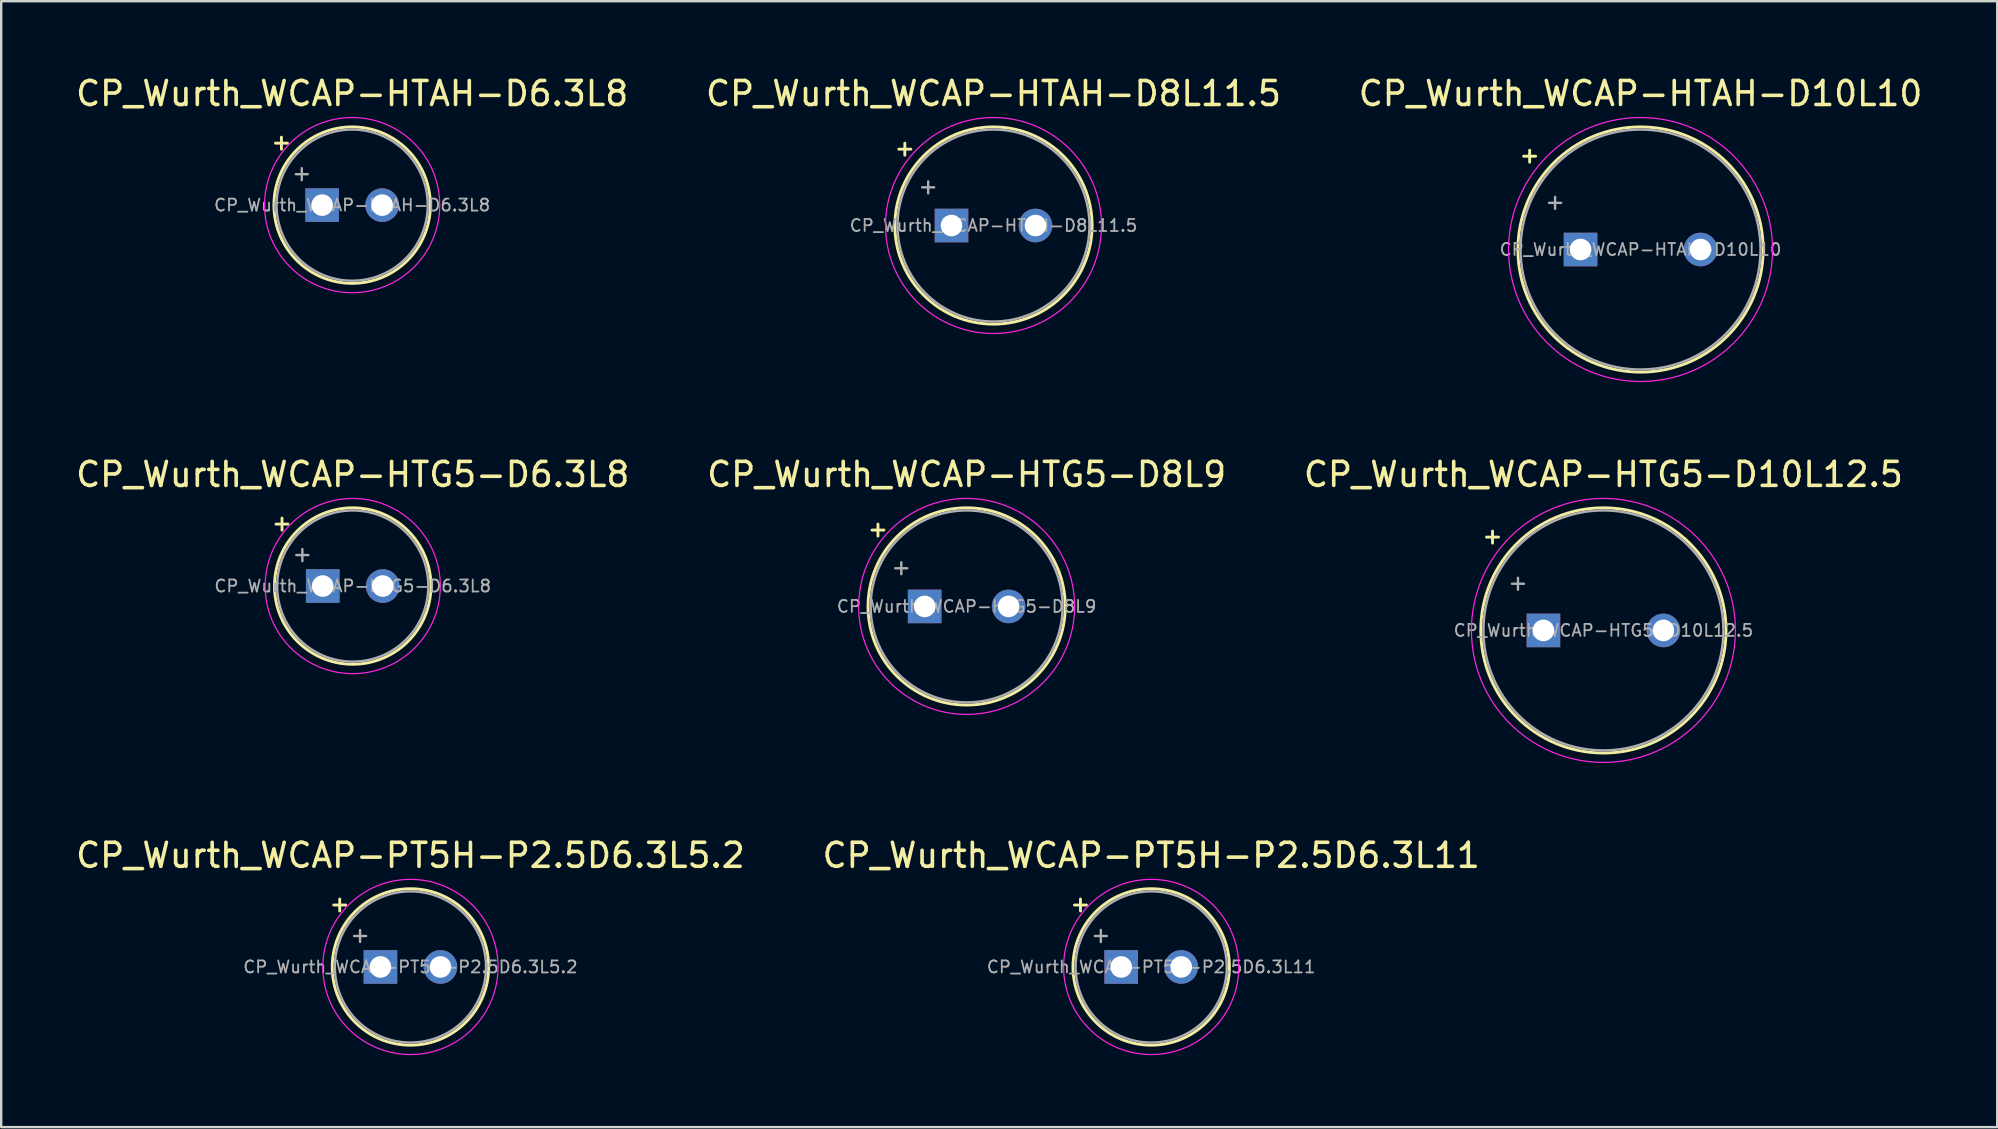
<source format=kicad_pcb>
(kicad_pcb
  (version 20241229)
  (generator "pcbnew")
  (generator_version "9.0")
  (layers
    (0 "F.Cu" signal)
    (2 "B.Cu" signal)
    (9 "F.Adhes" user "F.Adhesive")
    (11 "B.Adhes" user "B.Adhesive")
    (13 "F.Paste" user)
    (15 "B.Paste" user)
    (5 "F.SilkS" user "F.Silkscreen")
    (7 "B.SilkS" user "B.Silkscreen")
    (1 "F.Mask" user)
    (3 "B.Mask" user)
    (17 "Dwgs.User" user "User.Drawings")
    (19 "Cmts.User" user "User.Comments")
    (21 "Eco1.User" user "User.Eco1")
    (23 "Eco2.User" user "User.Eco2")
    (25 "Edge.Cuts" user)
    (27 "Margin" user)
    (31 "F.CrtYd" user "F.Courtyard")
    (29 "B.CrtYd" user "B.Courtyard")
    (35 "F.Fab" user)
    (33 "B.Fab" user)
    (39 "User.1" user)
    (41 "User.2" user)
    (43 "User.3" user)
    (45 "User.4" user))
  (footprint "CP_Wurth_WCAP-HTG5-D6.3L8"
    (layer "F.Cu")
    (at 10.399 21.372)
    (property "Reference" "CP_Wurth_WCAP-HTG5-D6.3L8" (at 1.25 -4.65 0) (unlocked yes) (layer "F.SilkS") (effects (font (size 1 1) (thickness 0.15))))
    (attr through_hole)
    (fp_line (start -1.947 -2.581) (end -1.447 -2.581) (stroke (width 0.12) (type solid)) (layer "F.SilkS"))
    (fp_line (start -1.697 -2.331) (end -1.697 -2.831) (stroke (width 0.12) (type solid)) (layer "F.SilkS"))
    (fp_circle (center 1.25 0) (end 4.51 0) (stroke (width 0.12) (type solid)) (fill no) (layer "F.SilkS"))
    (fp_circle (center 1.25 0) (end 4.9 0) (stroke (width 0.05) (type solid)) (fill no) (layer "F.CrtYd"))
    (fp_line (start -1.099 -1.29) (end -0.599 -1.29) (stroke (width 0.1) (type default)) (layer "F.Fab"))
    (fp_line (start -0.849 -1.04) (end -0.849 -1.54) (stroke (width 0.1) (type default)) (layer "F.Fab"))
    (fp_circle (center 1.25 0) (end 4.4 0) (stroke (width 0.1) (type solid)) (fill no) (layer "F.Fab"))
    (fp_text user "${REFERENCE}" (at 1.25 0 0) (unlocked yes) (layer "F.Fab") (effects (font (size 0.5 0.5) (thickness 0.075))))
    (pad "1" thru_hole rect (at 0 0) (size 1.4 1.4) (drill 0.9) (layers "*.Cu" "*.Mask"))
    (pad "2" thru_hole circle (at 2.5 0) (size 1.4 1.4) (drill 0.9) (layers "*.Cu" "*.Mask")))
  (footprint "CP_Wurth_WCAP-HTAH-D6.3L8"
    (layer "F.Cu")
    (at 10.375 5.498)
    (property "Reference" "CP_Wurth_WCAP-HTAH-D6.3L8" (at 1.25 -4.65 0) (unlocked yes) (layer "F.SilkS") (effects (font (size 1 1) (thickness 0.15))))
    (attr through_hole)
    (fp_line (start -1.947 -2.581) (end -1.447 -2.581) (stroke (width 0.12) (type solid)) (layer "F.SilkS"))
    (fp_line (start -1.697 -2.331) (end -1.697 -2.831) (stroke (width 0.12) (type solid)) (layer "F.SilkS"))
    (fp_circle (center 1.25 0) (end 4.51 0) (stroke (width 0.12) (type solid)) (fill no) (layer "F.SilkS"))
    (fp_circle (center 1.25 0) (end 4.9 0) (stroke (width 0.05) (type solid)) (fill no) (layer "F.CrtYd"))
    (fp_line (start -1.099 -1.29) (end -0.599 -1.29) (stroke (width 0.1) (type default)) (layer "F.Fab"))
    (fp_line (start -0.849 -1.04) (end -0.849 -1.54) (stroke (width 0.1) (type default)) (layer "F.Fab"))
    (fp_circle (center 1.25 0) (end 4.4 0) (stroke (width 0.1) (type solid)) (fill no) (layer "F.Fab"))
    (fp_text user "${REFERENCE}" (at 1.25 0 0) (unlocked yes) (layer "F.Fab") (effects (font (size 0.5 0.5) (thickness 0.075))))
    (pad "1" thru_hole rect (at 0 0) (size 1.4 1.4) (drill 0.9) (layers "*.Cu" "*.Mask"))
    (pad "2" thru_hole circle (at 2.5 0) (size 1.4 1.4) (drill 0.9) (layers "*.Cu" "*.Mask")))
  (footprint "CP_Wurth_WCAP-PT5H-P2.5D6.3L5.2"
    (layer "F.Cu")
    (at 12.804 37.245)
    (property "Reference" "CP_Wurth_WCAP-PT5H-P2.5D6.3L5.2" (at 1.25 -4.65 0) (unlocked yes) (layer "F.SilkS") (effects (font (size 1 1) (thickness 0.15))))
    (attr through_hole)
    (fp_line (start -1.947 -2.581) (end -1.447 -2.581) (stroke (width 0.12) (type solid)) (layer "F.SilkS"))
    (fp_line (start -1.697 -2.331) (end -1.697 -2.831) (stroke (width 0.12) (type solid)) (layer "F.SilkS"))
    (fp_circle (center 1.25 0) (end 4.51 0) (stroke (width 0.12) (type solid)) (fill no) (layer "F.SilkS"))
    (fp_circle (center 1.25 0) (end 4.9 0) (stroke (width 0.05) (type solid)) (fill no) (layer "F.CrtYd"))
    (fp_line (start -1.099 -1.29) (end -0.599 -1.29) (stroke (width 0.1) (type default)) (layer "F.Fab"))
    (fp_line (start -0.849 -1.04) (end -0.849 -1.54) (stroke (width 0.1) (type default)) (layer "F.Fab"))
    (fp_circle (center 1.25 0) (end 4.4 0) (stroke (width 0.1) (type solid)) (fill no) (layer "F.Fab"))
    (fp_text user "${REFERENCE}" (at 1.25 0 0) (unlocked yes) (layer "F.Fab") (effects (font (size 0.5 0.5) (thickness 0.075))))
    (pad "1" thru_hole rect (at 0 0) (size 1.4 1.4) (drill 0.9) (layers "*.Cu" "*.Mask"))
    (pad "2" thru_hole circle (at 2.5 0) (size 1.4 1.4) (drill 0.9) (layers "*.Cu" "*.Mask")))
  (footprint "CP_Wurth_WCAP-PT5H-P2.5D6.3L11"
    (layer "F.Cu")
    (at 43.673 37.245)
    (property "Reference" "CP_Wurth_WCAP-PT5H-P2.5D6.3L11" (at 1.25 -4.65 0) (unlocked yes) (layer "F.SilkS") (effects (font (size 1 1) (thickness 0.15))))
    (attr through_hole)
    (fp_line (start -1.947 -2.581) (end -1.447 -2.581) (stroke (width 0.12) (type solid)) (layer "F.SilkS"))
    (fp_line (start -1.697 -2.331) (end -1.697 -2.831) (stroke (width 0.12) (type solid)) (layer "F.SilkS"))
    (fp_circle (center 1.25 0) (end 4.51 0) (stroke (width 0.12) (type solid)) (fill no) (layer "F.SilkS"))
    (fp_circle (center 1.25 0) (end 4.9 0) (stroke (width 0.05) (type solid)) (fill no) (layer "F.CrtYd"))
    (fp_line (start -1.099 -1.29) (end -0.599 -1.29) (stroke (width 0.1) (type default)) (layer "F.Fab"))
    (fp_line (start -0.849 -1.04) (end -0.849 -1.54) (stroke (width 0.1) (type default)) (layer "F.Fab"))
    (fp_circle (center 1.25 0) (end 4.4 0) (stroke (width 0.1) (type solid)) (fill no) (layer "F.Fab"))
    (fp_text user "${REFERENCE}" (at 1.25 0 0) (unlocked yes) (layer "F.Fab") (effects (font (size 0.5 0.5) (thickness 0.075))))
    (pad "1" thru_hole rect (at 0 0) (size 1.4 1.4) (drill 0.9) (layers "*.Cu" "*.Mask"))
    (pad "2" thru_hole circle (at 2.5 0) (size 1.4 1.4) (drill 0.9) (layers "*.Cu" "*.Mask")))
  (footprint "CP_Wurth_WCAP-HTG5-D8L9"
    (layer "F.Cu")
    (at 35.482 22.221)
    (property "Reference" "CP_Wurth_WCAP-HTG5-D8L9" (at 1.75 -5.5 0) (unlocked yes) (layer "F.SilkS") (effects (font (size 1 1) (thickness 0.15))))
    (attr through_hole)
    (fp_line (start -2.195 -3.182) (end -1.695 -3.182) (stroke (width 0.12) (type solid)) (layer "F.SilkS"))
    (fp_line (start -1.945 -2.932) (end -1.945 -3.432) (stroke (width 0.12) (type solid)) (layer "F.SilkS"))
    (fp_circle (center 1.75 0) (end 5.86 0) (stroke (width 0.12) (type solid)) (fill no) (layer "F.SilkS"))
    (fp_circle (center 1.75 0) (end 6.25 0) (stroke (width 0.05) (type solid)) (fill no) (layer "F.CrtYd"))
    (fp_line (start -1.222 -1.591) (end -0.722 -1.591) (stroke (width 0.1) (type default)) (layer "F.Fab"))
    (fp_line (start -0.972 -1.341) (end -0.972 -1.841) (stroke (width 0.1) (type default)) (layer "F.Fab"))
    (fp_circle (center 1.75 0) (end 5.75 0) (stroke (width 0.1) (type solid)) (fill no) (layer "F.Fab"))
    (fp_text user "${REFERENCE}" (at 1.75 0 0) (unlocked yes) (layer "F.Fab") (effects (font (size 0.5 0.5) (thickness 0.075))))
    (pad "1" thru_hole rect (at 0 0) (size 1.4 1.4) (drill 0.9) (layers "*.Cu" "*.Mask"))
    (pad "2" thru_hole circle (at 3.5 0) (size 1.4 1.4) (drill 0.9) (layers "*.Cu" "*.Mask")))
  (footprint "CP_Wurth_WCAP-HTG5-D10L12.5"
    (layer "F.Cu")
    (at 61.268 23.221)
    (property "Reference" "CP_Wurth_WCAP-HTG5-D10L12.5" (at 2.5 -6.5 0) (unlocked yes) (layer "F.SilkS") (effects (font (size 1 1) (thickness 0.15))))
    (attr through_hole)
    (fp_line (start -2.371 -3.889) (end -1.871 -3.889) (stroke (width 0.12) (type solid)) (layer "F.SilkS"))
    (fp_line (start -2.121 -3.639) (end -2.121 -4.139) (stroke (width 0.12) (type solid)) (layer "F.SilkS"))
    (fp_circle (center 2.5 0) (end 7.61 0) (stroke (width 0.12) (type solid)) (fill no) (layer "F.SilkS"))
    (fp_circle (center 2.5 0) (end 8 0) (stroke (width 0.05) (type solid)) (fill no) (layer "F.CrtYd"))
    (fp_line (start -1.311 -1.945) (end -0.811 -1.945) (stroke (width 0.1) (type default)) (layer "F.Fab"))
    (fp_line (start -1.061 -1.695) (end -1.061 -2.195) (stroke (width 0.1) (type default)) (layer "F.Fab"))
    (fp_circle (center 2.5 0) (end 7.5 0) (stroke (width 0.1) (type solid)) (fill no) (layer "F.Fab"))
    (fp_text user "${REFERENCE}" (at 2.5 0 0) (unlocked yes) (layer "F.Fab") (effects (font (size 0.5 0.5) (thickness 0.075))))
    (pad "1" thru_hole rect (at 0 0) (size 1.4 1.4) (drill 0.9) (layers "*.Cu" "*.Mask"))
    (pad "2" thru_hole circle (at 5 0) (size 1.4 1.4) (drill 0.9) (layers "*.Cu" "*.Mask")))
  (footprint "CP_Wurth_WCAP-HTAH-D10L10"
    (layer "F.Cu")
    (at 62.815 7.348)
    (property "Reference" "CP_Wurth_WCAP-HTAH-D10L10" (at 2.5 -6.5 0) (unlocked yes) (layer "F.SilkS") (effects (font (size 1 1) (thickness 0.15))))
    (attr through_hole)
    (fp_line (start -2.371 -3.889) (end -1.871 -3.889) (stroke (width 0.12) (type solid)) (layer "F.SilkS"))
    (fp_line (start -2.121 -3.639) (end -2.121 -4.139) (stroke (width 0.12) (type solid)) (layer "F.SilkS"))
    (fp_circle (center 2.5 0) (end 7.61 0) (stroke (width 0.12) (type solid)) (fill no) (layer "F.SilkS"))
    (fp_circle (center 2.5 0) (end 8 0) (stroke (width 0.05) (type solid)) (fill no) (layer "F.CrtYd"))
    (fp_line (start -1.311 -1.945) (end -0.811 -1.945) (stroke (width 0.1) (type default)) (layer "F.Fab"))
    (fp_line (start -1.061 -1.695) (end -1.061 -2.195) (stroke (width 0.1) (type default)) (layer "F.Fab"))
    (fp_circle (center 2.5 0) (end 7.5 0) (stroke (width 0.1) (type solid)) (fill no) (layer "F.Fab"))
    (fp_text user "${REFERENCE}" (at 2.5 0 0) (unlocked yes) (layer "F.Fab") (effects (font (size 0.5 0.5) (thickness 0.075))))
    (pad "1" thru_hole rect (at 0 0) (size 1.4 1.4) (drill 0.9) (layers "*.Cu" "*.Mask"))
    (pad "2" thru_hole circle (at 5 0) (size 1.4 1.4) (drill 0.9) (layers "*.Cu" "*.Mask")))
  (footprint "CP_Wurth_WCAP-HTAH-D8L11.5"
    (layer "F.Cu")
    (at 36.601 6.348)
    (property "Reference" "CP_Wurth_WCAP-HTAH-D8L11.5" (at 1.75 -5.5 0) (unlocked yes) (layer "F.SilkS") (effects (font (size 1 1) (thickness 0.15))))
    (attr through_hole)
    (fp_line (start -2.195 -3.182) (end -1.695 -3.182) (stroke (width 0.12) (type solid)) (layer "F.SilkS"))
    (fp_line (start -1.945 -2.932) (end -1.945 -3.432) (stroke (width 0.12) (type solid)) (layer "F.SilkS"))
    (fp_circle (center 1.75 0) (end 5.86 0) (stroke (width 0.12) (type solid)) (fill no) (layer "F.SilkS"))
    (fp_circle (center 1.75 0) (end 6.25 0) (stroke (width 0.05) (type solid)) (fill no) (layer "F.CrtYd"))
    (fp_line (start -1.222 -1.591) (end -0.722 -1.591) (stroke (width 0.1) (type default)) (layer "F.Fab"))
    (fp_line (start -0.972 -1.341) (end -0.972 -1.841) (stroke (width 0.1) (type default)) (layer "F.Fab"))
    (fp_circle (center 1.75 0) (end 5.75 0) (stroke (width 0.1) (type solid)) (fill no) (layer "F.Fab"))
    (fp_text user "${REFERENCE}" (at 1.75 0 0) (unlocked yes) (layer "F.Fab") (effects (font (size 0.5 0.5) (thickness 0.075))))
    (pad "1" thru_hole rect (at 0 0) (size 1.4 1.4) (drill 0.9) (layers "*.Cu" "*.Mask"))
    (pad "2" thru_hole circle (at 3.5 0) (size 1.4 1.4) (drill 0.9) (layers "*.Cu" "*.Mask")))
  (gr_rect
    (start -3 -3)
    (end 80.179 43.92)
    (stroke (width 0.1) (type default))
    (fill no)
    (layer "Edge.Cuts")))
</source>
